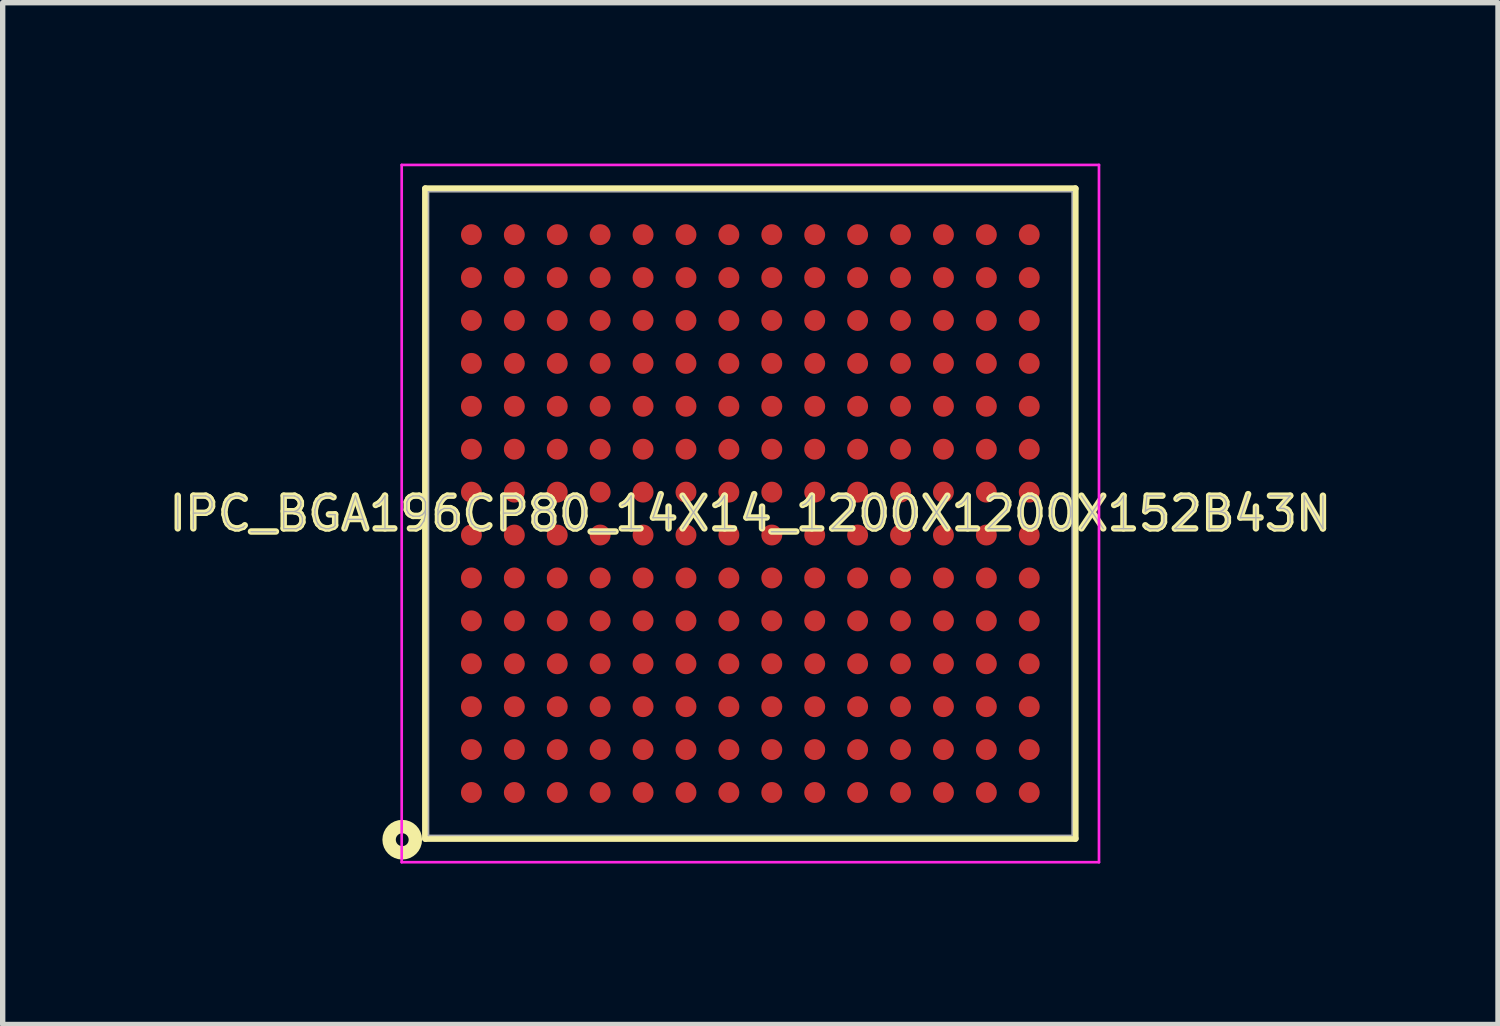
<source format=kicad_pcb>
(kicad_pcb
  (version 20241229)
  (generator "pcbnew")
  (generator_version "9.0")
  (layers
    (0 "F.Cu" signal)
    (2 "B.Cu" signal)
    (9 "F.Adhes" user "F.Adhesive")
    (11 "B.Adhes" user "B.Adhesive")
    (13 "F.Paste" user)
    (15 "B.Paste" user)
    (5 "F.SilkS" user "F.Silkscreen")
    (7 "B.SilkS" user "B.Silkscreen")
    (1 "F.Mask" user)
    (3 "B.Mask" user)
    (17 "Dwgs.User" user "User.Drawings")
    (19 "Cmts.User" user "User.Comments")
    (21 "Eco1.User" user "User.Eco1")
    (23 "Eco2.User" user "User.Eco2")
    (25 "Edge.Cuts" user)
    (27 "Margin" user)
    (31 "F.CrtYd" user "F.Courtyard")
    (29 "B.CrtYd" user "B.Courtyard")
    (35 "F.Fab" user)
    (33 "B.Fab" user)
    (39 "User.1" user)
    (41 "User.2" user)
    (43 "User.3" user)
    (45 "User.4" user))
  (footprint "IPC_BGA196CP80_14X14_1200X1200X152B43N"
    (layer "F.Cu")
    (at 10.939 6.525)
    (property "Reference" "IPC_BGA196CP80_14X14_1200X1200X152B43N" (at 0 0 0) (layer "F.SilkS") (effects (font (size 0.61 0.61) (thickness 0.12))))
    (attr smd)
    (fp_line (start -6.06 -6.06) (end -6.06 6.06) (stroke (width 0.12) (type solid)) (layer "F.SilkS"))
    (fp_line (start -6.06 6.06) (end 6.06 6.06) (stroke (width 0.12) (type solid)) (layer "F.SilkS"))
    (fp_line (start 6.06 -6.06) (end -6.06 -6.06) (stroke (width 0.12) (type solid)) (layer "F.SilkS"))
    (fp_line (start 6.06 6.06) (end 6.06 -6.06) (stroke (width 0.12) (type solid)) (layer "F.SilkS"))
    (fp_circle (center -6.49 6.08) (end -6.37 6.08) (stroke (width 0.25) (type solid)) (fill no) (layer "F.SilkS"))
    (fp_line (start -6.5 -6.5) (end 6.5 -6.5) (stroke (width 0.05) (type solid)) (layer "F.CrtYd"))
    (fp_line (start -6.5 6.5) (end -6.5 -6.5) (stroke (width 0.05) (type solid)) (layer "F.CrtYd"))
    (fp_line (start 6.5 -6.5) (end 6.5 6.5) (stroke (width 0.05) (type solid)) (layer "F.CrtYd"))
    (fp_line (start 6.5 6.5) (end -6.5 6.5) (stroke (width 0.05) (type solid)) (layer "F.CrtYd"))
    (fp_line (start -6 -6) (end 6 -6) (stroke (width 0.03) (type solid)) (layer "F.Fab"))
    (fp_line (start -6 6) (end -6 -6) (stroke (width 0.03) (type solid)) (layer "F.Fab"))
    (fp_line (start 6 -6) (end 6 6) (stroke (width 0.03) (type solid)) (layer "F.Fab"))
    (fp_line (start 6 6) (end -6 6) (stroke (width 0.03) (type solid)) (layer "F.Fab"))
    (fp_text user "${REFERENCE}" (at 0 0 0) (layer "F.Fab") (effects (font (size 0.61 0.61) (thickness 0.025))))
    (pad "A1" smd circle (at -5.2 5.2) (size 0.39 0.39) (layers "F.Cu" "F.Mask" "F.Paste"))
    (pad "A2" smd circle (at -5.2 4.4) (size 0.39 0.39) (layers "F.Cu" "F.Mask" "F.Paste"))
    (pad "A3" smd circle (at -5.2 3.6) (size 0.39 0.39) (layers "F.Cu" "F.Mask" "F.Paste"))
    (pad "A4" smd circle (at -5.2 2.8) (size 0.39 0.39) (layers "F.Cu" "F.Mask" "F.Paste"))
    (pad "A5" smd circle (at -5.2 2) (size 0.39 0.39) (layers "F.Cu" "F.Mask" "F.Paste"))
    (pad "A6" smd circle (at -5.2 1.2) (size 0.39 0.39) (layers "F.Cu" "F.Mask" "F.Paste"))
    (pad "A7" smd circle (at -5.2 0.4) (size 0.39 0.39) (layers "F.Cu" "F.Mask" "F.Paste"))
    (pad "A8" smd circle (at -5.2 -0.4) (size 0.39 0.39) (layers "F.Cu" "F.Mask" "F.Paste"))
    (pad "A9" smd circle (at -5.2 -1.2) (size 0.39 0.39) (layers "F.Cu" "F.Mask" "F.Paste"))
    (pad "A10" smd circle (at -5.2 -2) (size 0.39 0.39) (layers "F.Cu" "F.Mask" "F.Paste"))
    (pad "A11" smd circle (at -5.2 -2.8) (size 0.39 0.39) (layers "F.Cu" "F.Mask" "F.Paste"))
    (pad "A12" smd circle (at -5.2 -3.6) (size 0.39 0.39) (layers "F.Cu" "F.Mask" "F.Paste"))
    (pad "A13" smd circle (at -5.2 -4.4) (size 0.39 0.39) (layers "F.Cu" "F.Mask" "F.Paste"))
    (pad "A14" smd circle (at -5.2 -5.2) (size 0.39 0.39) (layers "F.Cu" "F.Mask" "F.Paste"))
    (pad "B1" smd circle (at -4.4 5.2) (size 0.39 0.39) (layers "F.Cu" "F.Mask" "F.Paste"))
    (pad "B2" smd circle (at -4.4 4.4) (size 0.39 0.39) (layers "F.Cu" "F.Mask" "F.Paste"))
    (pad "B3" smd circle (at -4.4 3.6) (size 0.39 0.39) (layers "F.Cu" "F.Mask" "F.Paste"))
    (pad "B4" smd circle (at -4.4 2.8) (size 0.39 0.39) (layers "F.Cu" "F.Mask" "F.Paste"))
    (pad "B5" smd circle (at -4.4 2) (size 0.39 0.39) (layers "F.Cu" "F.Mask" "F.Paste"))
    (pad "B6" smd circle (at -4.4 1.2) (size 0.39 0.39) (layers "F.Cu" "F.Mask" "F.Paste"))
    (pad "B7" smd circle (at -4.4 0.4) (size 0.39 0.39) (layers "F.Cu" "F.Mask" "F.Paste"))
    (pad "B8" smd circle (at -4.4 -0.4) (size 0.39 0.39) (layers "F.Cu" "F.Mask" "F.Paste"))
    (pad "B9" smd circle (at -4.4 -1.2) (size 0.39 0.39) (layers "F.Cu" "F.Mask" "F.Paste"))
    (pad "B10" smd circle (at -4.4 -2) (size 0.39 0.39) (layers "F.Cu" "F.Mask" "F.Paste"))
    (pad "B11" smd circle (at -4.4 -2.8) (size 0.39 0.39) (layers "F.Cu" "F.Mask" "F.Paste"))
    (pad "B12" smd circle (at -4.4 -3.6) (size 0.39 0.39) (layers "F.Cu" "F.Mask" "F.Paste"))
    (pad "B13" smd circle (at -4.4 -4.4) (size 0.39 0.39) (layers "F.Cu" "F.Mask" "F.Paste"))
    (pad "B14" smd circle (at -4.4 -5.2) (size 0.39 0.39) (layers "F.Cu" "F.Mask" "F.Paste"))
    (pad "C1" smd circle (at -3.6 5.2) (size 0.39 0.39) (layers "F.Cu" "F.Mask" "F.Paste"))
    (pad "C2" smd circle (at -3.6 4.4) (size 0.39 0.39) (layers "F.Cu" "F.Mask" "F.Paste"))
    (pad "C3" smd circle (at -3.6 3.6) (size 0.39 0.39) (layers "F.Cu" "F.Mask" "F.Paste"))
    (pad "C4" smd circle (at -3.6 2.8) (size 0.39 0.39) (layers "F.Cu" "F.Mask" "F.Paste"))
    (pad "C5" smd circle (at -3.6 2) (size 0.39 0.39) (layers "F.Cu" "F.Mask" "F.Paste"))
    (pad "C6" smd circle (at -3.6 1.2) (size 0.39 0.39) (layers "F.Cu" "F.Mask" "F.Paste"))
    (pad "C7" smd circle (at -3.6 0.4) (size 0.39 0.39) (layers "F.Cu" "F.Mask" "F.Paste"))
    (pad "C8" smd circle (at -3.6 -0.4) (size 0.39 0.39) (layers "F.Cu" "F.Mask" "F.Paste"))
    (pad "C9" smd circle (at -3.6 -1.2) (size 0.39 0.39) (layers "F.Cu" "F.Mask" "F.Paste"))
    (pad "C10" smd circle (at -3.6 -2) (size 0.39 0.39) (layers "F.Cu" "F.Mask" "F.Paste"))
    (pad "C11" smd circle (at -3.6 -2.8) (size 0.39 0.39) (layers "F.Cu" "F.Mask" "F.Paste"))
    (pad "C12" smd circle (at -3.6 -3.6) (size 0.39 0.39) (layers "F.Cu" "F.Mask" "F.Paste"))
    (pad "C13" smd circle (at -3.6 -4.4) (size 0.39 0.39) (layers "F.Cu" "F.Mask" "F.Paste"))
    (pad "C14" smd circle (at -3.6 -5.2) (size 0.39 0.39) (layers "F.Cu" "F.Mask" "F.Paste"))
    (pad "D1" smd circle (at -2.8 5.2) (size 0.39 0.39) (layers "F.Cu" "F.Mask" "F.Paste"))
    (pad "D2" smd circle (at -2.8 4.4) (size 0.39 0.39) (layers "F.Cu" "F.Mask" "F.Paste"))
    (pad "D3" smd circle (at -2.8 3.6) (size 0.39 0.39) (layers "F.Cu" "F.Mask" "F.Paste"))
    (pad "D4" smd circle (at -2.8 2.8) (size 0.39 0.39) (layers "F.Cu" "F.Mask" "F.Paste"))
    (pad "D5" smd circle (at -2.8 2) (size 0.39 0.39) (layers "F.Cu" "F.Mask" "F.Paste"))
    (pad "D6" smd circle (at -2.8 1.2) (size 0.39 0.39) (layers "F.Cu" "F.Mask" "F.Paste"))
    (pad "D7" smd circle (at -2.8 0.4) (size 0.39 0.39) (layers "F.Cu" "F.Mask" "F.Paste"))
    (pad "D8" smd circle (at -2.8 -0.4) (size 0.39 0.39) (layers "F.Cu" "F.Mask" "F.Paste"))
    (pad "D9" smd circle (at -2.8 -1.2) (size 0.39 0.39) (layers "F.Cu" "F.Mask" "F.Paste"))
    (pad "D10" smd circle (at -2.8 -2) (size 0.39 0.39) (layers "F.Cu" "F.Mask" "F.Paste"))
    (pad "D11" smd circle (at -2.8 -2.8) (size 0.39 0.39) (layers "F.Cu" "F.Mask" "F.Paste"))
    (pad "D12" smd circle (at -2.8 -3.6) (size 0.39 0.39) (layers "F.Cu" "F.Mask" "F.Paste"))
    (pad "D13" smd circle (at -2.8 -4.4) (size 0.39 0.39) (layers "F.Cu" "F.Mask" "F.Paste"))
    (pad "D14" smd circle (at -2.8 -5.2) (size 0.39 0.39) (layers "F.Cu" "F.Mask" "F.Paste"))
    (pad "E1" smd circle (at -2 5.2) (size 0.39 0.39) (layers "F.Cu" "F.Mask" "F.Paste"))
    (pad "E2" smd circle (at -2 4.4) (size 0.39 0.39) (layers "F.Cu" "F.Mask" "F.Paste"))
    (pad "E3" smd circle (at -2 3.6) (size 0.39 0.39) (layers "F.Cu" "F.Mask" "F.Paste"))
    (pad "E4" smd circle (at -2 2.8) (size 0.39 0.39) (layers "F.Cu" "F.Mask" "F.Paste"))
    (pad "E5" smd circle (at -2 2) (size 0.39 0.39) (layers "F.Cu" "F.Mask" "F.Paste"))
    (pad "E6" smd circle (at -2 1.2) (size 0.39 0.39) (layers "F.Cu" "F.Mask" "F.Paste"))
    (pad "E7" smd circle (at -2 0.4) (size 0.39 0.39) (layers "F.Cu" "F.Mask" "F.Paste"))
    (pad "E8" smd circle (at -2 -0.4) (size 0.39 0.39) (layers "F.Cu" "F.Mask" "F.Paste"))
    (pad "E9" smd circle (at -2 -1.2) (size 0.39 0.39) (layers "F.Cu" "F.Mask" "F.Paste"))
    (pad "E10" smd circle (at -2 -2) (size 0.39 0.39) (layers "F.Cu" "F.Mask" "F.Paste"))
    (pad "E11" smd circle (at -2 -2.8) (size 0.39 0.39) (layers "F.Cu" "F.Mask" "F.Paste"))
    (pad "E12" smd circle (at -2 -3.6) (size 0.39 0.39) (layers "F.Cu" "F.Mask" "F.Paste"))
    (pad "E13" smd circle (at -2 -4.4) (size 0.39 0.39) (layers "F.Cu" "F.Mask" "F.Paste"))
    (pad "E14" smd circle (at -2 -5.2) (size 0.39 0.39) (layers "F.Cu" "F.Mask" "F.Paste"))
    (pad "F1" smd circle (at -1.2 5.2) (size 0.39 0.39) (layers "F.Cu" "F.Mask" "F.Paste"))
    (pad "F2" smd circle (at -1.2 4.4) (size 0.39 0.39) (layers "F.Cu" "F.Mask" "F.Paste"))
    (pad "F3" smd circle (at -1.2 3.6) (size 0.39 0.39) (layers "F.Cu" "F.Mask" "F.Paste"))
    (pad "F4" smd circle (at -1.2 2.8) (size 0.39 0.39) (layers "F.Cu" "F.Mask" "F.Paste"))
    (pad "F5" smd circle (at -1.2 2) (size 0.39 0.39) (layers "F.Cu" "F.Mask" "F.Paste"))
    (pad "F6" smd circle (at -1.2 1.2) (size 0.39 0.39) (layers "F.Cu" "F.Mask" "F.Paste"))
    (pad "F7" smd circle (at -1.2 0.4) (size 0.39 0.39) (layers "F.Cu" "F.Mask" "F.Paste"))
    (pad "F8" smd circle (at -1.2 -0.4) (size 0.39 0.39) (layers "F.Cu" "F.Mask" "F.Paste"))
    (pad "F9" smd circle (at -1.2 -1.2) (size 0.39 0.39) (layers "F.Cu" "F.Mask" "F.Paste"))
    (pad "F10" smd circle (at -1.2 -2) (size 0.39 0.39) (layers "F.Cu" "F.Mask" "F.Paste"))
    (pad "F11" smd circle (at -1.2 -2.8) (size 0.39 0.39) (layers "F.Cu" "F.Mask" "F.Paste"))
    (pad "F12" smd circle (at -1.2 -3.6) (size 0.39 0.39) (layers "F.Cu" "F.Mask" "F.Paste"))
    (pad "F13" smd circle (at -1.2 -4.4) (size 0.39 0.39) (layers "F.Cu" "F.Mask" "F.Paste"))
    (pad "F14" smd circle (at -1.2 -5.2) (size 0.39 0.39) (layers "F.Cu" "F.Mask" "F.Paste"))
    (pad "G1" smd circle (at -0.4 5.2) (size 0.39 0.39) (layers "F.Cu" "F.Mask" "F.Paste"))
    (pad "G2" smd circle (at -0.4 4.4) (size 0.39 0.39) (layers "F.Cu" "F.Mask" "F.Paste"))
    (pad "G3" smd circle (at -0.4 3.6) (size 0.39 0.39) (layers "F.Cu" "F.Mask" "F.Paste"))
    (pad "G4" smd circle (at -0.4 2.8) (size 0.39 0.39) (layers "F.Cu" "F.Mask" "F.Paste"))
    (pad "G5" smd circle (at -0.4 2) (size 0.39 0.39) (layers "F.Cu" "F.Mask" "F.Paste"))
    (pad "G6" smd circle (at -0.4 1.2) (size 0.39 0.39) (layers "F.Cu" "F.Mask" "F.Paste"))
    (pad "G7" smd circle (at -0.4 0.4) (size 0.39 0.39) (layers "F.Cu" "F.Mask" "F.Paste"))
    (pad "G8" smd circle (at -0.4 -0.4) (size 0.39 0.39) (layers "F.Cu" "F.Mask" "F.Paste"))
    (pad "G9" smd circle (at -0.4 -1.2) (size 0.39 0.39) (layers "F.Cu" "F.Mask" "F.Paste"))
    (pad "G10" smd circle (at -0.4 -2) (size 0.39 0.39) (layers "F.Cu" "F.Mask" "F.Paste"))
    (pad "G11" smd circle (at -0.4 -2.8) (size 0.39 0.39) (layers "F.Cu" "F.Mask" "F.Paste"))
    (pad "G12" smd circle (at -0.4 -3.6) (size 0.39 0.39) (layers "F.Cu" "F.Mask" "F.Paste"))
    (pad "G13" smd circle (at -0.4 -4.4) (size 0.39 0.39) (layers "F.Cu" "F.Mask" "F.Paste"))
    (pad "G14" smd circle (at -0.4 -5.2) (size 0.39 0.39) (layers "F.Cu" "F.Mask" "F.Paste"))
    (pad "H1" smd circle (at 0.4 5.2) (size 0.39 0.39) (layers "F.Cu" "F.Mask" "F.Paste"))
    (pad "H2" smd circle (at 0.4 4.4) (size 0.39 0.39) (layers "F.Cu" "F.Mask" "F.Paste"))
    (pad "H3" smd circle (at 0.4 3.6) (size 0.39 0.39) (layers "F.Cu" "F.Mask" "F.Paste"))
    (pad "H4" smd circle (at 0.4 2.8) (size 0.39 0.39) (layers "F.Cu" "F.Mask" "F.Paste"))
    (pad "H5" smd circle (at 0.4 2) (size 0.39 0.39) (layers "F.Cu" "F.Mask" "F.Paste"))
    (pad "H6" smd circle (at 0.4 1.2) (size 0.39 0.39) (layers "F.Cu" "F.Mask" "F.Paste"))
    (pad "H7" smd circle (at 0.4 0.4) (size 0.39 0.39) (layers "F.Cu" "F.Mask" "F.Paste"))
    (pad "H8" smd circle (at 0.4 -0.4) (size 0.39 0.39) (layers "F.Cu" "F.Mask" "F.Paste"))
    (pad "H9" smd circle (at 0.4 -1.2) (size 0.39 0.39) (layers "F.Cu" "F.Mask" "F.Paste"))
    (pad "H10" smd circle (at 0.4 -2) (size 0.39 0.39) (layers "F.Cu" "F.Mask" "F.Paste"))
    (pad "H11" smd circle (at 0.4 -2.8) (size 0.39 0.39) (layers "F.Cu" "F.Mask" "F.Paste"))
    (pad "H12" smd circle (at 0.4 -3.6) (size 0.39 0.39) (layers "F.Cu" "F.Mask" "F.Paste"))
    (pad "H13" smd circle (at 0.4 -4.4) (size 0.39 0.39) (layers "F.Cu" "F.Mask" "F.Paste"))
    (pad "H14" smd circle (at 0.4 -5.2) (size 0.39 0.39) (layers "F.Cu" "F.Mask" "F.Paste"))
    (pad "J1" smd circle (at 1.2 5.2) (size 0.39 0.39) (layers "F.Cu" "F.Mask" "F.Paste"))
    (pad "J2" smd circle (at 1.2 4.4) (size 0.39 0.39) (layers "F.Cu" "F.Mask" "F.Paste"))
    (pad "J3" smd circle (at 1.2 3.6) (size 0.39 0.39) (layers "F.Cu" "F.Mask" "F.Paste"))
    (pad "J4" smd circle (at 1.2 2.8) (size 0.39 0.39) (layers "F.Cu" "F.Mask" "F.Paste"))
    (pad "J5" smd circle (at 1.2 2) (size 0.39 0.39) (layers "F.Cu" "F.Mask" "F.Paste"))
    (pad "J6" smd circle (at 1.2 1.2) (size 0.39 0.39) (layers "F.Cu" "F.Mask" "F.Paste"))
    (pad "J7" smd circle (at 1.2 0.4) (size 0.39 0.39) (layers "F.Cu" "F.Mask" "F.Paste"))
    (pad "J8" smd circle (at 1.2 -0.4) (size 0.39 0.39) (layers "F.Cu" "F.Mask" "F.Paste"))
    (pad "J9" smd circle (at 1.2 -1.2) (size 0.39 0.39) (layers "F.Cu" "F.Mask" "F.Paste"))
    (pad "J10" smd circle (at 1.2 -2) (size 0.39 0.39) (layers "F.Cu" "F.Mask" "F.Paste"))
    (pad "J11" smd circle (at 1.2 -2.8) (size 0.39 0.39) (layers "F.Cu" "F.Mask" "F.Paste"))
    (pad "J12" smd circle (at 1.2 -3.6) (size 0.39 0.39) (layers "F.Cu" "F.Mask" "F.Paste"))
    (pad "J13" smd circle (at 1.2 -4.4) (size 0.39 0.39) (layers "F.Cu" "F.Mask" "F.Paste"))
    (pad "J14" smd circle (at 1.2 -5.2) (size 0.39 0.39) (layers "F.Cu" "F.Mask" "F.Paste"))
    (pad "K1" smd circle (at 2 5.2) (size 0.39 0.39) (layers "F.Cu" "F.Mask" "F.Paste"))
    (pad "K2" smd circle (at 2 4.4) (size 0.39 0.39) (layers "F.Cu" "F.Mask" "F.Paste"))
    (pad "K3" smd circle (at 2 3.6) (size 0.39 0.39) (layers "F.Cu" "F.Mask" "F.Paste"))
    (pad "K4" smd circle (at 2 2.8) (size 0.39 0.39) (layers "F.Cu" "F.Mask" "F.Paste"))
    (pad "K5" smd circle (at 2 2) (size 0.39 0.39) (layers "F.Cu" "F.Mask" "F.Paste"))
    (pad "K6" smd circle (at 2 1.2) (size 0.39 0.39) (layers "F.Cu" "F.Mask" "F.Paste"))
    (pad "K7" smd circle (at 2 0.4) (size 0.39 0.39) (layers "F.Cu" "F.Mask" "F.Paste"))
    (pad "K8" smd circle (at 2 -0.4) (size 0.39 0.39) (layers "F.Cu" "F.Mask" "F.Paste"))
    (pad "K9" smd circle (at 2 -1.2) (size 0.39 0.39) (layers "F.Cu" "F.Mask" "F.Paste"))
    (pad "K10" smd circle (at 2 -2) (size 0.39 0.39) (layers "F.Cu" "F.Mask" "F.Paste"))
    (pad "K11" smd circle (at 2 -2.8) (size 0.39 0.39) (layers "F.Cu" "F.Mask" "F.Paste"))
    (pad "K12" smd circle (at 2 -3.6) (size 0.39 0.39) (layers "F.Cu" "F.Mask" "F.Paste"))
    (pad "K13" smd circle (at 2 -4.4) (size 0.39 0.39) (layers "F.Cu" "F.Mask" "F.Paste"))
    (pad "K14" smd circle (at 2 -5.2) (size 0.39 0.39) (layers "F.Cu" "F.Mask" "F.Paste"))
    (pad "L1" smd circle (at 2.8 5.2) (size 0.39 0.39) (layers "F.Cu" "F.Mask" "F.Paste"))
    (pad "L2" smd circle (at 2.8 4.4) (size 0.39 0.39) (layers "F.Cu" "F.Mask" "F.Paste"))
    (pad "L3" smd circle (at 2.8 3.6) (size 0.39 0.39) (layers "F.Cu" "F.Mask" "F.Paste"))
    (pad "L4" smd circle (at 2.8 2.8) (size 0.39 0.39) (layers "F.Cu" "F.Mask" "F.Paste"))
    (pad "L5" smd circle (at 2.8 2) (size 0.39 0.39) (layers "F.Cu" "F.Mask" "F.Paste"))
    (pad "L6" smd circle (at 2.8 1.2) (size 0.39 0.39) (layers "F.Cu" "F.Mask" "F.Paste"))
    (pad "L7" smd circle (at 2.8 0.4) (size 0.39 0.39) (layers "F.Cu" "F.Mask" "F.Paste"))
    (pad "L8" smd circle (at 2.8 -0.4) (size 0.39 0.39) (layers "F.Cu" "F.Mask" "F.Paste"))
    (pad "L9" smd circle (at 2.8 -1.2) (size 0.39 0.39) (layers "F.Cu" "F.Mask" "F.Paste"))
    (pad "L10" smd circle (at 2.8 -2) (size 0.39 0.39) (layers "F.Cu" "F.Mask" "F.Paste"))
    (pad "L11" smd circle (at 2.8 -2.8) (size 0.39 0.39) (layers "F.Cu" "F.Mask" "F.Paste"))
    (pad "L12" smd circle (at 2.8 -3.6) (size 0.39 0.39) (layers "F.Cu" "F.Mask" "F.Paste"))
    (pad "L13" smd circle (at 2.8 -4.4) (size 0.39 0.39) (layers "F.Cu" "F.Mask" "F.Paste"))
    (pad "L14" smd circle (at 2.8 -5.2) (size 0.39 0.39) (layers "F.Cu" "F.Mask" "F.Paste"))
    (pad "M1" smd circle (at 3.6 5.2) (size 0.39 0.39) (layers "F.Cu" "F.Mask" "F.Paste"))
    (pad "M2" smd circle (at 3.6 4.4) (size 0.39 0.39) (layers "F.Cu" "F.Mask" "F.Paste"))
    (pad "M3" smd circle (at 3.6 3.6) (size 0.39 0.39) (layers "F.Cu" "F.Mask" "F.Paste"))
    (pad "M4" smd circle (at 3.6 2.8) (size 0.39 0.39) (layers "F.Cu" "F.Mask" "F.Paste"))
    (pad "M5" smd circle (at 3.6 2) (size 0.39 0.39) (layers "F.Cu" "F.Mask" "F.Paste"))
    (pad "M6" smd circle (at 3.6 1.2) (size 0.39 0.39) (layers "F.Cu" "F.Mask" "F.Paste"))
    (pad "M7" smd circle (at 3.6 0.4) (size 0.39 0.39) (layers "F.Cu" "F.Mask" "F.Paste"))
    (pad "M8" smd circle (at 3.6 -0.4) (size 0.39 0.39) (layers "F.Cu" "F.Mask" "F.Paste"))
    (pad "M9" smd circle (at 3.6 -1.2) (size 0.39 0.39) (layers "F.Cu" "F.Mask" "F.Paste"))
    (pad "M10" smd circle (at 3.6 -2) (size 0.39 0.39) (layers "F.Cu" "F.Mask" "F.Paste"))
    (pad "M11" smd circle (at 3.6 -2.8) (size 0.39 0.39) (layers "F.Cu" "F.Mask" "F.Paste"))
    (pad "M12" smd circle (at 3.6 -3.6) (size 0.39 0.39) (layers "F.Cu" "F.Mask" "F.Paste"))
    (pad "M13" smd circle (at 3.6 -4.4) (size 0.39 0.39) (layers "F.Cu" "F.Mask" "F.Paste"))
    (pad "M14" smd circle (at 3.6 -5.2) (size 0.39 0.39) (layers "F.Cu" "F.Mask" "F.Paste"))
    (pad "N1" smd circle (at 4.4 5.2) (size 0.39 0.39) (layers "F.Cu" "F.Mask" "F.Paste"))
    (pad "N2" smd circle (at 4.4 4.4) (size 0.39 0.39) (layers "F.Cu" "F.Mask" "F.Paste"))
    (pad "N3" smd circle (at 4.4 3.6) (size 0.39 0.39) (layers "F.Cu" "F.Mask" "F.Paste"))
    (pad "N4" smd circle (at 4.4 2.8) (size 0.39 0.39) (layers "F.Cu" "F.Mask" "F.Paste"))
    (pad "N5" smd circle (at 4.4 2) (size 0.39 0.39) (layers "F.Cu" "F.Mask" "F.Paste"))
    (pad "N6" smd circle (at 4.4 1.2) (size 0.39 0.39) (layers "F.Cu" "F.Mask" "F.Paste"))
    (pad "N7" smd circle (at 4.4 0.4) (size 0.39 0.39) (layers "F.Cu" "F.Mask" "F.Paste"))
    (pad "N8" smd circle (at 4.4 -0.4) (size 0.39 0.39) (layers "F.Cu" "F.Mask" "F.Paste"))
    (pad "N9" smd circle (at 4.4 -1.2) (size 0.39 0.39) (layers "F.Cu" "F.Mask" "F.Paste"))
    (pad "N10" smd circle (at 4.4 -2) (size 0.39 0.39) (layers "F.Cu" "F.Mask" "F.Paste"))
    (pad "N11" smd circle (at 4.4 -2.8) (size 0.39 0.39) (layers "F.Cu" "F.Mask" "F.Paste"))
    (pad "N12" smd circle (at 4.4 -3.6) (size 0.39 0.39) (layers "F.Cu" "F.Mask" "F.Paste"))
    (pad "N13" smd circle (at 4.4 -4.4) (size 0.39 0.39) (layers "F.Cu" "F.Mask" "F.Paste"))
    (pad "N14" smd circle (at 4.4 -5.2) (size 0.39 0.39) (layers "F.Cu" "F.Mask" "F.Paste"))
    (pad "P1" smd circle (at 5.2 5.2) (size 0.39 0.39) (layers "F.Cu" "F.Mask" "F.Paste"))
    (pad "P2" smd circle (at 5.2 4.4) (size 0.39 0.39) (layers "F.Cu" "F.Mask" "F.Paste"))
    (pad "P3" smd circle (at 5.2 3.6) (size 0.39 0.39) (layers "F.Cu" "F.Mask" "F.Paste"))
    (pad "P4" smd circle (at 5.2 2.8) (size 0.39 0.39) (layers "F.Cu" "F.Mask" "F.Paste"))
    (pad "P5" smd circle (at 5.2 2) (size 0.39 0.39) (layers "F.Cu" "F.Mask" "F.Paste"))
    (pad "P6" smd circle (at 5.2 1.2) (size 0.39 0.39) (layers "F.Cu" "F.Mask" "F.Paste"))
    (pad "P7" smd circle (at 5.2 0.4) (size 0.39 0.39) (layers "F.Cu" "F.Mask" "F.Paste"))
    (pad "P8" smd circle (at 5.2 -0.4) (size 0.39 0.39) (layers "F.Cu" "F.Mask" "F.Paste"))
    (pad "P9" smd circle (at 5.2 -1.2) (size 0.39 0.39) (layers "F.Cu" "F.Mask" "F.Paste"))
    (pad "P10" smd circle (at 5.2 -2) (size 0.39 0.39) (layers "F.Cu" "F.Mask" "F.Paste"))
    (pad "P11" smd circle (at 5.2 -2.8) (size 0.39 0.39) (layers "F.Cu" "F.Mask" "F.Paste"))
    (pad "P12" smd circle (at 5.2 -3.6) (size 0.39 0.39) (layers "F.Cu" "F.Mask" "F.Paste"))
    (pad "P13" smd circle (at 5.2 -4.4) (size 0.39 0.39) (layers "F.Cu" "F.Mask" "F.Paste"))
    (pad "P14" smd circle (at 5.2 -5.2) (size 0.39 0.39) (layers "F.Cu" "F.Mask" "F.Paste")))
  (gr_rect
    (start -3 -3)
    (end 24.878 16.05)
    (stroke (width 0.1) (type default))
    (fill no)
    (layer "Edge.Cuts")))
</source>
